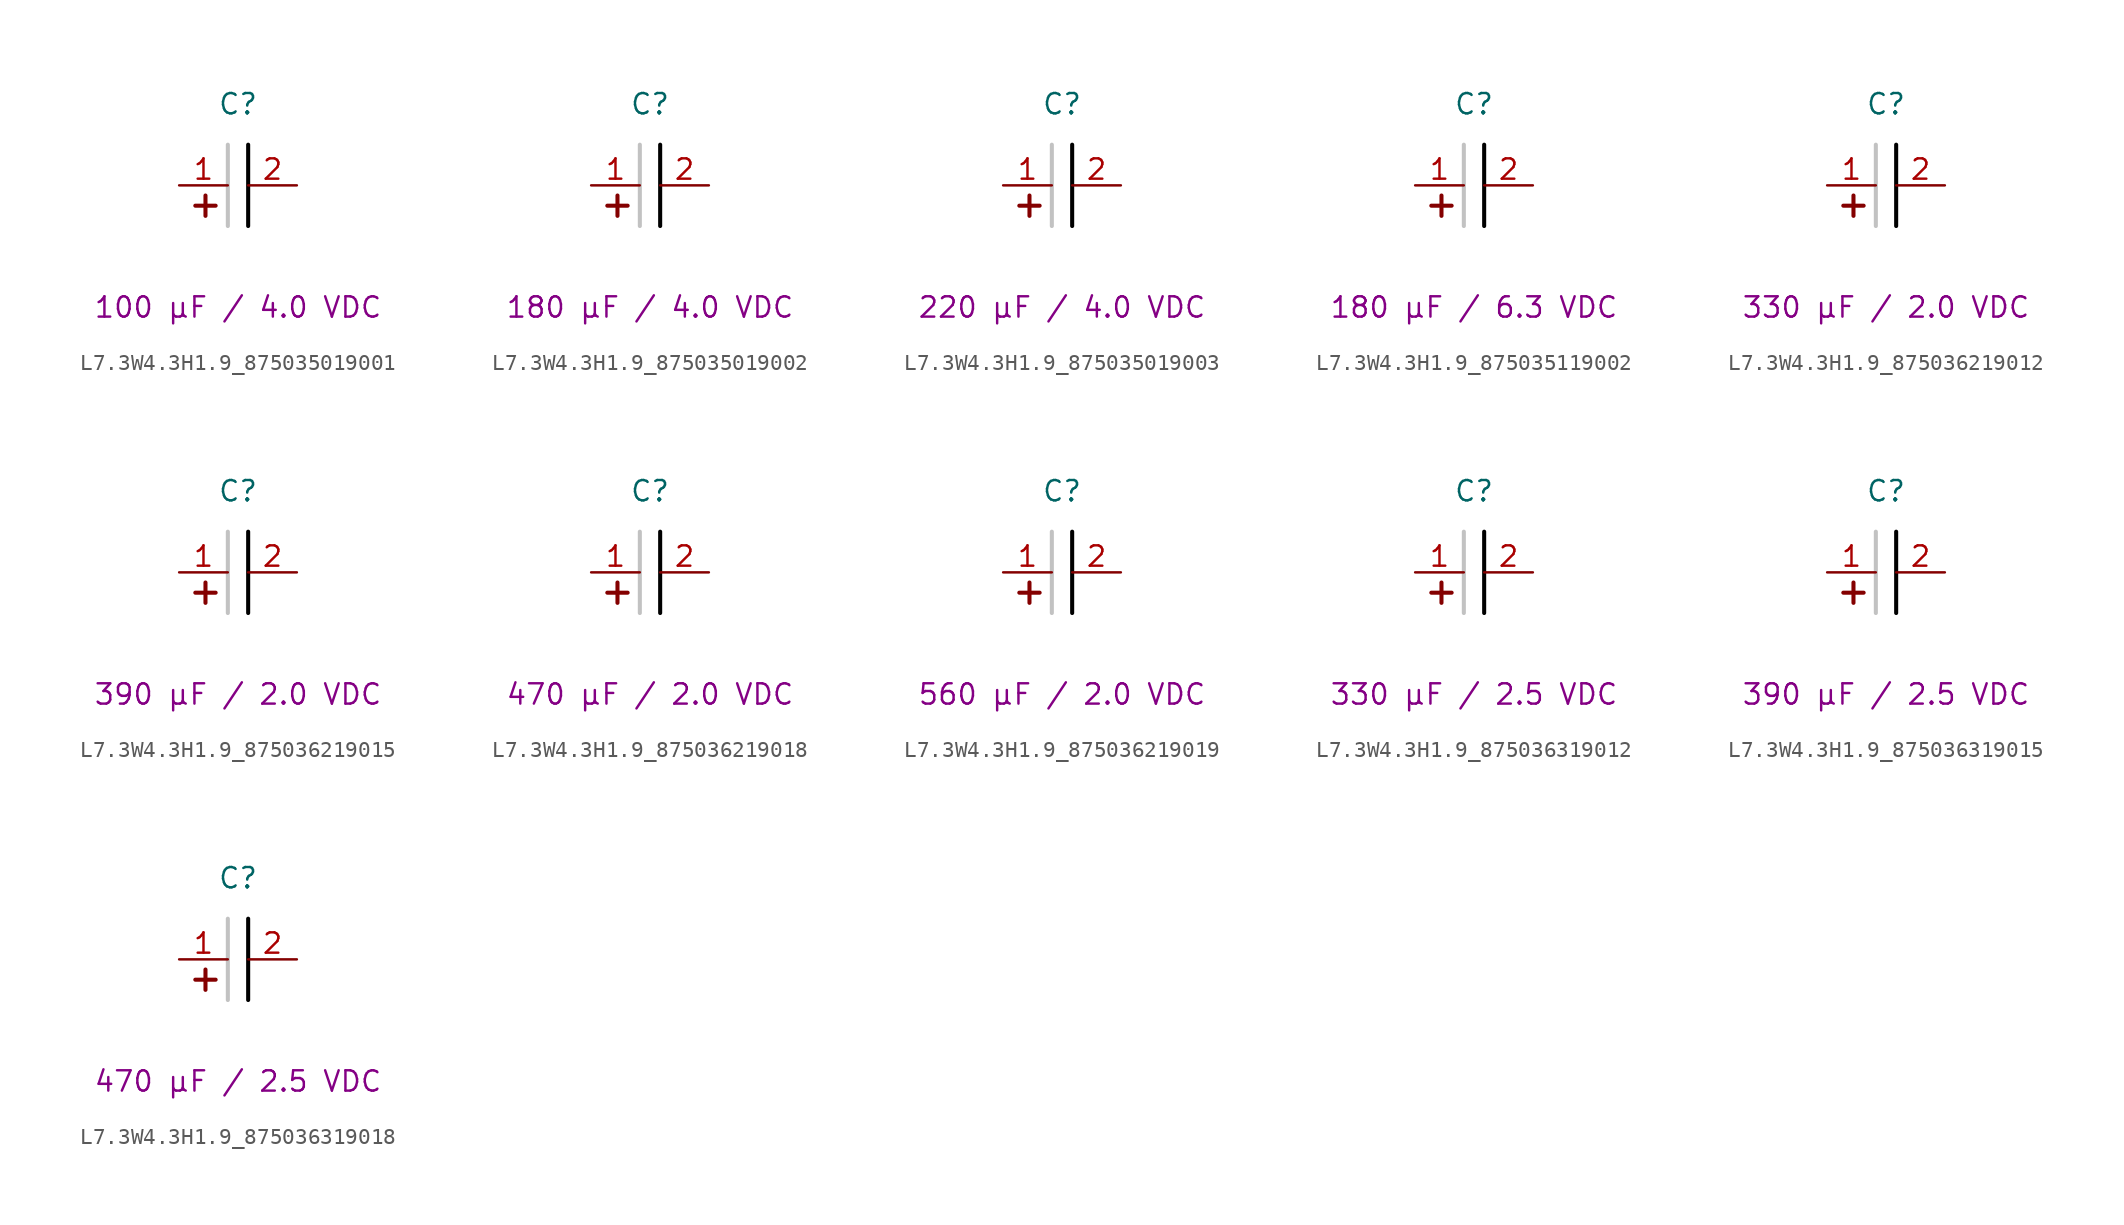
<source format=kicad_sym>
(kicad_symbol_lib
  (version 20220914)
  (generator kicad_symbol_editor)
  (symbol "L7.3W4.3H1.9_875035019001"
    (pin_names hide)
    (property "Reference" "C"
      (at 0 5.08 0)
      (effects (font (size 1.27 1.27))))
    (property "Critical Parameter" "100 µF / 4.0 VDC"
      (at 0 -7.62 0)
      (effects (font (size 1.27 1.27))))
    (symbol "L7.3W4.3H1.9_875035019001_1_1"
      (polyline (pts (xy -2.667 -1.27) (xy -1.397 -1.27)) (stroke (width 0.254) (type default)) (fill (type none)))
      (polyline (pts (xy -2.032 -0.635) (xy -2.032 -1.905)) (stroke (width 0.254) (type default)) (fill (type none)))
      (polyline (pts (xy -0.635 2.54) (xy -0.635 -2.54)) (stroke (width 0.254) (type default) (color 194 194 194 1)) (fill (type none)))
      (polyline (pts (xy 0.635 2.54) (xy 0.635 -2.54)) (stroke (width 0.254) (type default) (color 0 0 0 1)) (fill (type none)))
      (pin passive line (at -3.679 0 0) (length 3.044) (name "1" (effects (font (size 1.27 1.27)))) (number "1" (effects (font (size 1.27 1.27)))))
      (pin passive line (at 3.679 0 180) (length 3.044) (name "2" (effects (font (size 1.27 1.27)))) (number "2" (effects (font (size 1.27 1.27)))))))
  (symbol "L7.3W4.3H1.9_875035019002"
    (pin_names hide)
    (property "Reference" "C"
      (at 0 5.08 0)
      (effects (font (size 1.27 1.27))))
    (property "Critical Parameter" "180 µF / 4.0 VDC"
      (at 0 -7.62 0)
      (effects (font (size 1.27 1.27))))
    (symbol "L7.3W4.3H1.9_875035019002_1_1"
      (polyline (pts (xy -2.667 -1.27) (xy -1.397 -1.27)) (stroke (width 0.254) (type default)) (fill (type none)))
      (polyline (pts (xy -2.032 -0.635) (xy -2.032 -1.905)) (stroke (width 0.254) (type default)) (fill (type none)))
      (polyline (pts (xy -0.635 2.54) (xy -0.635 -2.54)) (stroke (width 0.254) (type default) (color 194 194 194 1)) (fill (type none)))
      (polyline (pts (xy 0.635 2.54) (xy 0.635 -2.54)) (stroke (width 0.254) (type default) (color 0 0 0 1)) (fill (type none)))
      (pin passive line (at -3.679 0 0) (length 3.044) (name "1" (effects (font (size 1.27 1.27)))) (number "1" (effects (font (size 1.27 1.27)))))
      (pin passive line (at 3.679 0 180) (length 3.044) (name "2" (effects (font (size 1.27 1.27)))) (number "2" (effects (font (size 1.27 1.27)))))))
  (symbol "L7.3W4.3H1.9_875035019003"
    (pin_names hide)
    (property "Reference" "C"
      (at 0 5.08 0)
      (effects (font (size 1.27 1.27))))
    (property "Critical Parameter" "220 µF / 4.0 VDC"
      (at 0 -7.62 0)
      (effects (font (size 1.27 1.27))))
    (symbol "L7.3W4.3H1.9_875035019003_1_1"
      (polyline (pts (xy -2.667 -1.27) (xy -1.397 -1.27)) (stroke (width 0.254) (type default)) (fill (type none)))
      (polyline (pts (xy -2.032 -0.635) (xy -2.032 -1.905)) (stroke (width 0.254) (type default)) (fill (type none)))
      (polyline (pts (xy -0.635 2.54) (xy -0.635 -2.54)) (stroke (width 0.254) (type default) (color 194 194 194 1)) (fill (type none)))
      (polyline (pts (xy 0.635 2.54) (xy 0.635 -2.54)) (stroke (width 0.254) (type default) (color 0 0 0 1)) (fill (type none)))
      (pin passive line (at -3.679 0 0) (length 3.044) (name "1" (effects (font (size 1.27 1.27)))) (number "1" (effects (font (size 1.27 1.27)))))
      (pin passive line (at 3.679 0 180) (length 3.044) (name "2" (effects (font (size 1.27 1.27)))) (number "2" (effects (font (size 1.27 1.27)))))))
  (symbol "L7.3W4.3H1.9_875035119002"
    (pin_names hide)
    (property "Reference" "C"
      (at 0 5.08 0)
      (effects (font (size 1.27 1.27))))
    (property "Critical Parameter" "180 µF / 6.3 VDC"
      (at 0 -7.62 0)
      (effects (font (size 1.27 1.27))))
    (symbol "L7.3W4.3H1.9_875035119002_1_1"
      (polyline (pts (xy -2.667 -1.27) (xy -1.397 -1.27)) (stroke (width 0.254) (type default)) (fill (type none)))
      (polyline (pts (xy -2.032 -0.635) (xy -2.032 -1.905)) (stroke (width 0.254) (type default)) (fill (type none)))
      (polyline (pts (xy -0.635 2.54) (xy -0.635 -2.54)) (stroke (width 0.254) (type default) (color 194 194 194 1)) (fill (type none)))
      (polyline (pts (xy 0.635 2.54) (xy 0.635 -2.54)) (stroke (width 0.254) (type default) (color 0 0 0 1)) (fill (type none)))
      (pin passive line (at -3.679 0 0) (length 3.044) (name "1" (effects (font (size 1.27 1.27)))) (number "1" (effects (font (size 1.27 1.27)))))
      (pin passive line (at 3.679 0 180) (length 3.044) (name "2" (effects (font (size 1.27 1.27)))) (number "2" (effects (font (size 1.27 1.27)))))))
  (symbol "L7.3W4.3H1.9_875036219012"
    (pin_names hide)
    (property "Reference" "C"
      (at 0 5.08 0)
      (effects (font (size 1.27 1.27))))
    (property "Critical Parameter" "330 µF / 2.0 VDC"
      (at 0 -7.62 0)
      (effects (font (size 1.27 1.27))))
    (symbol "L7.3W4.3H1.9_875036219012_1_1"
      (polyline (pts (xy -2.667 -1.27) (xy -1.397 -1.27)) (stroke (width 0.254) (type default)) (fill (type none)))
      (polyline (pts (xy -2.032 -0.635) (xy -2.032 -1.905)) (stroke (width 0.254) (type default)) (fill (type none)))
      (polyline (pts (xy -0.635 2.54) (xy -0.635 -2.54)) (stroke (width 0.254) (type default) (color 194 194 194 1)) (fill (type none)))
      (polyline (pts (xy 0.635 2.54) (xy 0.635 -2.54)) (stroke (width 0.254) (type default) (color 0 0 0 1)) (fill (type none)))
      (pin passive line (at -3.679 0 0) (length 3.044) (name "1" (effects (font (size 1.27 1.27)))) (number "1" (effects (font (size 1.27 1.27)))))
      (pin passive line (at 3.679 0 180) (length 3.044) (name "2" (effects (font (size 1.27 1.27)))) (number "2" (effects (font (size 1.27 1.27)))))))
  (symbol "L7.3W4.3H1.9_875036219015"
    (pin_names hide)
    (property "Reference" "C"
      (at 0 5.08 0)
      (effects (font (size 1.27 1.27))))
    (property "Critical Parameter" "390 µF / 2.0 VDC"
      (at 0 -7.62 0)
      (effects (font (size 1.27 1.27))))
    (symbol "L7.3W4.3H1.9_875036219015_1_1"
      (polyline (pts (xy -2.667 -1.27) (xy -1.397 -1.27)) (stroke (width 0.254) (type default)) (fill (type none)))
      (polyline (pts (xy -2.032 -0.635) (xy -2.032 -1.905)) (stroke (width 0.254) (type default)) (fill (type none)))
      (polyline (pts (xy -0.635 2.54) (xy -0.635 -2.54)) (stroke (width 0.254) (type default) (color 194 194 194 1)) (fill (type none)))
      (polyline (pts (xy 0.635 2.54) (xy 0.635 -2.54)) (stroke (width 0.254) (type default) (color 0 0 0 1)) (fill (type none)))
      (pin passive line (at -3.679 0 0) (length 3.044) (name "1" (effects (font (size 1.27 1.27)))) (number "1" (effects (font (size 1.27 1.27)))))
      (pin passive line (at 3.679 0 180) (length 3.044) (name "2" (effects (font (size 1.27 1.27)))) (number "2" (effects (font (size 1.27 1.27)))))))
  (symbol "L7.3W4.3H1.9_875036219018"
    (pin_names hide)
    (property "Reference" "C"
      (at 0 5.08 0)
      (effects (font (size 1.27 1.27))))
    (property "Critical Parameter" "470 µF / 2.0 VDC"
      (at 0 -7.62 0)
      (effects (font (size 1.27 1.27))))
    (symbol "L7.3W4.3H1.9_875036219018_1_1"
      (polyline (pts (xy -2.667 -1.27) (xy -1.397 -1.27)) (stroke (width 0.254) (type default)) (fill (type none)))
      (polyline (pts (xy -2.032 -0.635) (xy -2.032 -1.905)) (stroke (width 0.254) (type default)) (fill (type none)))
      (polyline (pts (xy -0.635 2.54) (xy -0.635 -2.54)) (stroke (width 0.254) (type default) (color 194 194 194 1)) (fill (type none)))
      (polyline (pts (xy 0.635 2.54) (xy 0.635 -2.54)) (stroke (width 0.254) (type default) (color 0 0 0 1)) (fill (type none)))
      (pin passive line (at -3.679 0 0) (length 3.044) (name "1" (effects (font (size 1.27 1.27)))) (number "1" (effects (font (size 1.27 1.27)))))
      (pin passive line (at 3.679 0 180) (length 3.044) (name "2" (effects (font (size 1.27 1.27)))) (number "2" (effects (font (size 1.27 1.27)))))))
  (symbol "L7.3W4.3H1.9_875036219019"
    (pin_names hide)
    (property "Reference" "C"
      (at 0 5.08 0)
      (effects (font (size 1.27 1.27))))
    (property "Critical Parameter" "560 µF / 2.0 VDC"
      (at 0 -7.62 0)
      (effects (font (size 1.27 1.27))))
    (symbol "L7.3W4.3H1.9_875036219019_1_1"
      (polyline (pts (xy -2.667 -1.27) (xy -1.397 -1.27)) (stroke (width 0.254) (type default)) (fill (type none)))
      (polyline (pts (xy -2.032 -0.635) (xy -2.032 -1.905)) (stroke (width 0.254) (type default)) (fill (type none)))
      (polyline (pts (xy -0.635 2.54) (xy -0.635 -2.54)) (stroke (width 0.254) (type default) (color 194 194 194 1)) (fill (type none)))
      (polyline (pts (xy 0.635 2.54) (xy 0.635 -2.54)) (stroke (width 0.254) (type default) (color 0 0 0 1)) (fill (type none)))
      (pin passive line (at -3.679 0 0) (length 3.044) (name "1" (effects (font (size 1.27 1.27)))) (number "1" (effects (font (size 1.27 1.27)))))
      (pin passive line (at 3.679 0 180) (length 3.044) (name "2" (effects (font (size 1.27 1.27)))) (number "2" (effects (font (size 1.27 1.27)))))))
  (symbol "L7.3W4.3H1.9_875036319012"
    (pin_names hide)
    (property "Reference" "C"
      (at 0 5.08 0)
      (effects (font (size 1.27 1.27))))
    (property "Critical Parameter" "330 µF / 2.5 VDC"
      (at 0 -7.62 0)
      (effects (font (size 1.27 1.27))))
    (symbol "L7.3W4.3H1.9_875036319012_1_1"
      (polyline (pts (xy -2.667 -1.27) (xy -1.397 -1.27)) (stroke (width 0.254) (type default)) (fill (type none)))
      (polyline (pts (xy -2.032 -0.635) (xy -2.032 -1.905)) (stroke (width 0.254) (type default)) (fill (type none)))
      (polyline (pts (xy -0.635 2.54) (xy -0.635 -2.54)) (stroke (width 0.254) (type default) (color 194 194 194 1)) (fill (type none)))
      (polyline (pts (xy 0.635 2.54) (xy 0.635 -2.54)) (stroke (width 0.254) (type default) (color 0 0 0 1)) (fill (type none)))
      (pin passive line (at -3.679 0 0) (length 3.044) (name "1" (effects (font (size 1.27 1.27)))) (number "1" (effects (font (size 1.27 1.27)))))
      (pin passive line (at 3.679 0 180) (length 3.044) (name "2" (effects (font (size 1.27 1.27)))) (number "2" (effects (font (size 1.27 1.27)))))))
  (symbol "L7.3W4.3H1.9_875036319015"
    (pin_names hide)
    (property "Reference" "C"
      (at 0 5.08 0)
      (effects (font (size 1.27 1.27))))
    (property "Critical Parameter" "390 µF / 2.5 VDC"
      (at 0 -7.62 0)
      (effects (font (size 1.27 1.27))))
    (symbol "L7.3W4.3H1.9_875036319015_1_1"
      (polyline (pts (xy -2.667 -1.27) (xy -1.397 -1.27)) (stroke (width 0.254) (type default)) (fill (type none)))
      (polyline (pts (xy -2.032 -0.635) (xy -2.032 -1.905)) (stroke (width 0.254) (type default)) (fill (type none)))
      (polyline (pts (xy -0.635 2.54) (xy -0.635 -2.54)) (stroke (width 0.254) (type default) (color 194 194 194 1)) (fill (type none)))
      (polyline (pts (xy 0.635 2.54) (xy 0.635 -2.54)) (stroke (width 0.254) (type default) (color 0 0 0 1)) (fill (type none)))
      (pin passive line (at -3.679 0 0) (length 3.044) (name "1" (effects (font (size 1.27 1.27)))) (number "1" (effects (font (size 1.27 1.27)))))
      (pin passive line (at 3.679 0 180) (length 3.044) (name "2" (effects (font (size 1.27 1.27)))) (number "2" (effects (font (size 1.27 1.27)))))))
  (symbol "L7.3W4.3H1.9_875036319018"
    (pin_names hide)
    (property "Reference" "C"
      (at 0 5.08 0)
      (effects (font (size 1.27 1.27))))
    (property "Critical Parameter" "470 µF / 2.5 VDC"
      (at 0 -7.62 0)
      (effects (font (size 1.27 1.27))))
    (symbol "L7.3W4.3H1.9_875036319018_1_1"
      (polyline (pts (xy -2.667 -1.27) (xy -1.397 -1.27)) (stroke (width 0.254) (type default)) (fill (type none)))
      (polyline (pts (xy -2.032 -0.635) (xy -2.032 -1.905)) (stroke (width 0.254) (type default)) (fill (type none)))
      (polyline (pts (xy -0.635 2.54) (xy -0.635 -2.54)) (stroke (width 0.254) (type default) (color 194 194 194 1)) (fill (type none)))
      (polyline (pts (xy 0.635 2.54) (xy 0.635 -2.54)) (stroke (width 0.254) (type default) (color 0 0 0 1)) (fill (type none)))
      (pin passive line (at -3.679 0 0) (length 3.044) (name "1" (effects (font (size 1.27 1.27)))) (number "1" (effects (font (size 1.27 1.27)))))
      (pin passive line (at 3.679 0 180) (length 3.044) (name "2" (effects (font (size 1.27 1.27)))) (number "2" (effects (font (size 1.27 1.27))))))))
</source>
